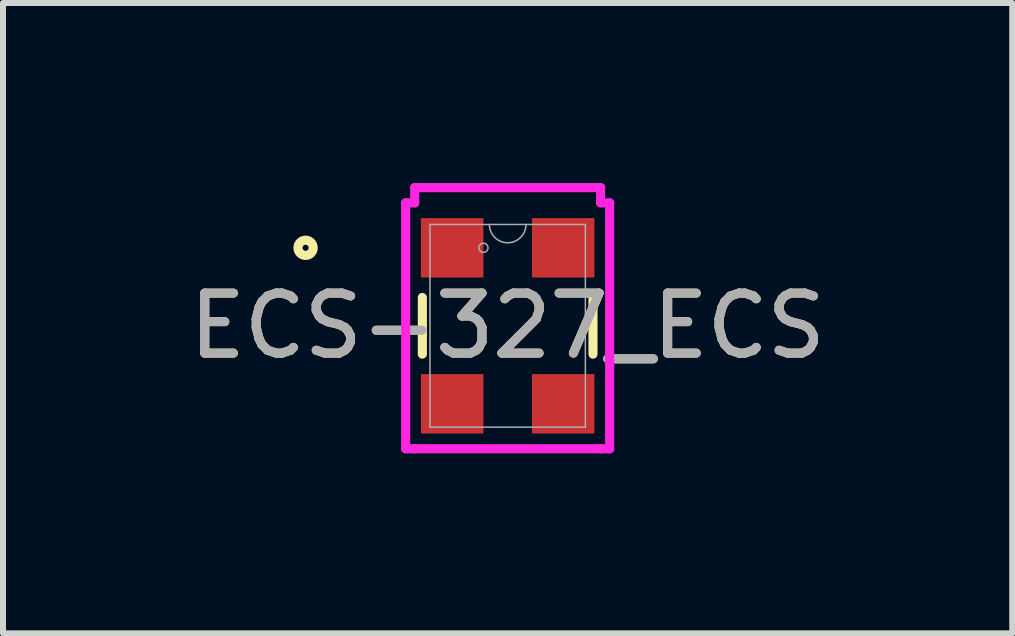
<source format=kicad_pcb>
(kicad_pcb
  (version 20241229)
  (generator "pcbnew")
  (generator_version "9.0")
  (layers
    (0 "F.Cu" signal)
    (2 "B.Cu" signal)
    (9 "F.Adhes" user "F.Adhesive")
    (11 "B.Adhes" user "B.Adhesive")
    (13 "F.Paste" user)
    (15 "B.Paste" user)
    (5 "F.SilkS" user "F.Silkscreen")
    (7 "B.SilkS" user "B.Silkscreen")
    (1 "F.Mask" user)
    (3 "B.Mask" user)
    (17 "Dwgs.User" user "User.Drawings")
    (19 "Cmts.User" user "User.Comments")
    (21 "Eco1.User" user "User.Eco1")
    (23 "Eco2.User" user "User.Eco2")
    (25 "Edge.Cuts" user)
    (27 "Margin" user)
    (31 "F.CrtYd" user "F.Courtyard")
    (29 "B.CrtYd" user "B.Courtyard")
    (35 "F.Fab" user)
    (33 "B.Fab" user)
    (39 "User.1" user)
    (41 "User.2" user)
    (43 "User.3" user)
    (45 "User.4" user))
  (footprint "ECS-327_ECS"
    (layer "F.Cu")
    (at 5.411 2.38)
    (property "Reference" "ECS-327_ECS" (at 0 0 0) (unlocked yes) (layer "F.SilkS") (effects (font (size 1 1) (thickness 0.15))))
    (attr smd)
    (fp_line (start -1.422 -0.472) (end -1.422 0.472) (stroke (width 0.152) (type solid)) (layer "F.SilkS"))
    (fp_line (start 1.422 0.472) (end 1.422 -0.472) (stroke (width 0.152) (type solid)) (layer "F.SilkS"))
    (fp_circle (center -3.368 -1.3) (end -3.241 -1.3) (stroke (width 0.152) (type solid)) (fill no) (layer "F.SilkS"))
    (fp_line (start -1.7 -2.049) (end -1.549 -2.049) (stroke (width 0.152) (type solid)) (layer "F.CrtYd"))
    (fp_line (start -1.7 2.049) (end -1.7 -2.049) (stroke (width 0.152) (type solid)) (layer "F.CrtYd"))
    (fp_line (start -1.7 2.049) (end -1.549 2.049) (stroke (width 0.152) (type solid)) (layer "F.CrtYd"))
    (fp_line (start -1.549 -2.303) (end 1.549 -2.303) (stroke (width 0.152) (type solid)) (layer "F.CrtYd"))
    (fp_line (start -1.549 -2.049) (end -1.549 -2.303) (stroke (width 0.152) (type solid)) (layer "F.CrtYd"))
    (fp_line (start -1.549 2.049) (end -1.549 2.049) (stroke (width 0.152) (type solid)) (layer "F.CrtYd"))
    (fp_line (start 1.549 -2.303) (end 1.549 -2.049) (stroke (width 0.152) (type solid)) (layer "F.CrtYd"))
    (fp_line (start 1.549 2.049) (end -1.549 2.049) (stroke (width 0.152) (type solid)) (layer "F.CrtYd"))
    (fp_line (start 1.549 2.049) (end 1.549 2.049) (stroke (width 0.152) (type solid)) (layer "F.CrtYd"))
    (fp_line (start 1.7 -2.049) (end 1.549 -2.049) (stroke (width 0.152) (type solid)) (layer "F.CrtYd"))
    (fp_line (start 1.7 -2.049) (end 1.7 2.049) (stroke (width 0.152) (type solid)) (layer "F.CrtYd"))
    (fp_line (start 1.7 2.049) (end 1.549 2.049) (stroke (width 0.152) (type solid)) (layer "F.CrtYd"))
    (fp_line (start -1.295 -1.689) (end -1.295 1.689) (stroke (width 0.025) (type solid)) (layer "F.Fab"))
    (fp_line (start -1.295 1.689) (end 1.295 1.689) (stroke (width 0.025) (type solid)) (layer "F.Fab"))
    (fp_line (start 1.295 -1.689) (end -1.295 -1.689) (stroke (width 0.025) (type solid)) (layer "F.Fab"))
    (fp_line (start 1.295 1.689) (end 1.295 -1.689) (stroke (width 0.025) (type solid)) (layer "F.Fab"))
    (fp_arc (start 0.3048 -1.6891) (mid 0 -1.3843) (end -0.3048 -1.6891) (stroke (width 0.0254) (type solid)) (layer "F.Fab"))
    (fp_circle (center -0.404 -1.3) (end -0.328 -1.3) (stroke (width 0.025) (type solid)) (fill no) (layer "F.Fab"))
    (fp_text user "${REFERENCE}" (at 0 0 0) (unlocked yes) (layer "F.Fab") (effects (font (size 1 1) (thickness 0.15))))
    (pad "1" smd rect (at -0.925 -1.3) (size 1.041 0.991) (layers "F.Cu" "F.Mask" "F.Paste"))
    (pad "2" smd rect (at -0.925 1.3) (size 1.041 0.991) (layers "F.Cu" "F.Mask" "F.Paste"))
    (pad "3" smd rect (at 0.925 1.3) (size 1.041 0.991) (layers "F.Cu" "F.Mask" "F.Paste"))
    (pad "4" smd rect (at 0.925 -1.3) (size 1.041 0.991) (layers "F.Cu" "F.Mask" "F.Paste")))
  (gr_rect
    (start -3 -3)
    (end 13.821 7.505)
    (stroke (width 0.1) (type default))
    (fill no)
    (layer "Edge.Cuts")))
</source>
